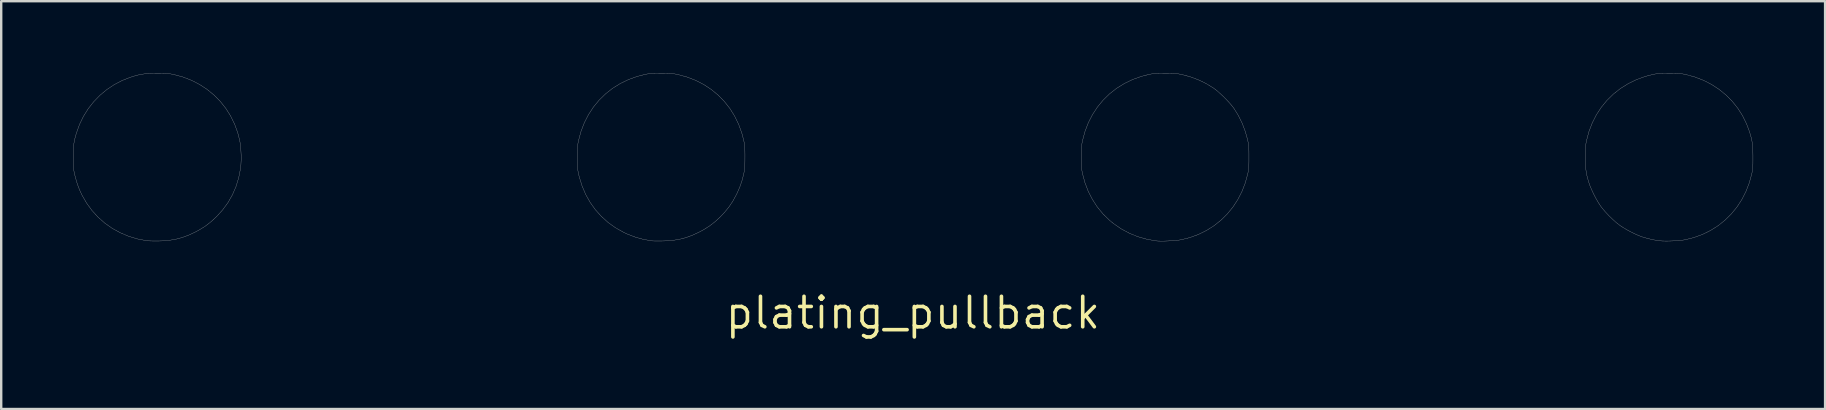
<source format=kicad_pcb>
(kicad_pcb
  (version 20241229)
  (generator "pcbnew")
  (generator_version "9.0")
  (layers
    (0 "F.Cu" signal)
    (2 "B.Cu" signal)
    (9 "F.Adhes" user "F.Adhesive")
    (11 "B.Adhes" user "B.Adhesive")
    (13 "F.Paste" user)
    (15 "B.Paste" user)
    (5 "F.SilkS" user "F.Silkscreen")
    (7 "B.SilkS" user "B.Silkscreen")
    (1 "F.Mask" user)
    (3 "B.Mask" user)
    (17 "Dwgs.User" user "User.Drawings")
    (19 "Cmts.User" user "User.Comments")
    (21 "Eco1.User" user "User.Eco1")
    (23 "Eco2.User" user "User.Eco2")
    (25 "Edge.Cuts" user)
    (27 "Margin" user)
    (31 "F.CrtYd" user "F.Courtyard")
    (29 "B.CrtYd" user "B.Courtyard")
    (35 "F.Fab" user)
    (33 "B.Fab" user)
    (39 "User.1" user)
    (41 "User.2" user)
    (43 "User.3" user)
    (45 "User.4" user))
  (footprint "plating_pullback"
    (layer "F.Cu")
    (at 34.982 9.984)
    (property "Reference" "plating_pullback" (at 0 0 0) (layer "F.SilkS") (effects (font (size 1.27 1.27) (thickness 0.15))))
    (attr through_hole)
    (fp_poly (pts (xy -31.323 -9.978) (xy -31.195 -9.976) (xy -31.093 -9.972) (xy -31.007 -9.966) (xy -30.931 -9.956) (xy -30.854 -9.942) (xy -30.797 -9.931) (xy -30.417 -9.828) (xy -30.058 -9.689) (xy -29.72 -9.516) (xy -29.406 -9.311) (xy -29.118 -9.076) (xy -28.858 -8.813) (xy -28.627 -8.522) (xy -28.427 -8.207) (xy -28.261 -7.869) (xy -28.129 -7.51) (xy -28.046 -7.186) (xy -28.017 -7.011) (xy -27.998 -6.808) (xy -27.987 -6.591) (xy -27.986 -6.374) (xy -27.995 -6.17) (xy -28.012 -6.011) (xy -28.088 -5.625) (xy -28.201 -5.259) (xy -28.351 -4.914) (xy -28.538 -4.588) (xy -28.763 -4.282) (xy -29.009 -4.011) (xy -29.236 -3.801) (xy -29.466 -3.622) (xy -29.712 -3.466) (xy -29.919 -3.355) (xy -30.192 -3.23) (xy -30.453 -3.135) (xy -30.714 -3.066) (xy -30.987 -3.021) (xy -31.282 -2.998) (xy -31.411 -2.994) (xy -31.544 -2.993) (xy -31.673 -2.994) (xy -31.788 -2.997) (xy -31.879 -3.002) (xy -31.919 -3.006) (xy -32.307 -3.08) (xy -32.677 -3.192) (xy -33.027 -3.339) (xy -33.357 -3.521) (xy -33.663 -3.736) (xy -33.943 -3.983) (xy -34.197 -4.261) (xy -34.421 -4.568) (xy -34.614 -4.902) (xy -34.624 -4.921) (xy -34.727 -5.146) (xy -34.812 -5.374) (xy -34.885 -5.62) (xy -34.917 -5.748) (xy -34.937 -5.834) (xy -34.951 -5.907) (xy -34.962 -5.977) (xy -34.969 -6.052) (xy -34.974 -6.139) (xy -34.976 -6.248) (xy -34.977 -6.387) (xy -34.977 -6.477) (xy -34.976 -6.663) (xy -34.973 -6.816) (xy -34.965 -6.946) (xy -34.952 -7.062) (xy -34.932 -7.175) (xy -34.904 -7.293) (xy -34.867 -7.427) (xy -34.847 -7.493) (xy -34.72 -7.849) (xy -34.556 -8.186) (xy -34.359 -8.502) (xy -34.129 -8.795) (xy -33.871 -9.062) (xy -33.586 -9.3) (xy -33.277 -9.506) (xy -32.946 -9.679) (xy -32.614 -9.81) (xy -32.443 -9.864) (xy -32.293 -9.906) (xy -32.151 -9.936) (xy -32.009 -9.957) (xy -31.854 -9.97) (xy -31.678 -9.977) (xy -31.485 -9.979) (xy -31.323 -9.978)) (stroke (width 0.01) (type solid)) (fill yes) (layer "F.Mask"))
    (fp_poly (pts (xy -10.326 -9.978) (xy -10.198 -9.976) (xy -10.095 -9.972) (xy -10.009 -9.966) (xy -9.932 -9.956) (xy -9.856 -9.942) (xy -9.8 -9.931) (xy -9.417 -9.827) (xy -9.056 -9.688) (xy -8.717 -9.515) (xy -8.403 -9.309) (xy -8.114 -9.072) (xy -7.854 -8.806) (xy -7.623 -8.512) (xy -7.424 -8.193) (xy -7.257 -7.849) (xy -7.125 -7.482) (xy -7.045 -7.176) (xy -7.029 -7.094) (xy -7.016 -7.019) (xy -7.008 -6.94) (xy -7.002 -6.85) (xy -6.999 -6.74) (xy -6.997 -6.602) (xy -6.997 -6.488) (xy -6.998 -6.325) (xy -7 -6.197) (xy -7.004 -6.094) (xy -7.01 -6.009) (xy -7.02 -5.932) (xy -7.034 -5.857) (xy -7.044 -5.807) (xy -7.114 -5.527) (xy -7.201 -5.269) (xy -7.311 -5.012) (xy -7.356 -4.921) (xy -7.502 -4.653) (xy -7.664 -4.411) (xy -7.849 -4.184) (xy -8.012 -4.011) (xy -8.238 -3.801) (xy -8.468 -3.623) (xy -8.715 -3.466) (xy -8.922 -3.355) (xy -9.195 -3.23) (xy -9.457 -3.134) (xy -9.719 -3.066) (xy -9.992 -3.021) (xy -10.287 -2.999) (xy -10.414 -2.995) (xy -10.541 -2.993) (xy -10.658 -2.993) (xy -10.756 -2.994) (xy -10.828 -2.996) (xy -10.858 -2.998) (xy -11.223 -3.06) (xy -11.57 -3.156) (xy -11.909 -3.288) (xy -12.054 -3.356) (xy -12.389 -3.544) (xy -12.696 -3.764) (xy -12.975 -4.015) (xy -13.225 -4.293) (xy -13.443 -4.598) (xy -13.629 -4.928) (xy -13.78 -5.28) (xy -13.897 -5.653) (xy -13.931 -5.8) (xy -13.948 -5.881) (xy -13.96 -5.957) (xy -13.969 -6.036) (xy -13.974 -6.126) (xy -13.977 -6.236) (xy -13.979 -6.375) (xy -13.979 -6.488) (xy -13.979 -6.65) (xy -13.977 -6.778) (xy -13.973 -6.88) (xy -13.966 -6.966) (xy -13.956 -7.042) (xy -13.943 -7.119) (xy -13.931 -7.176) (xy -13.827 -7.56) (xy -13.688 -7.922) (xy -13.514 -8.261) (xy -13.308 -8.576) (xy -13.071 -8.864) (xy -12.805 -9.124) (xy -12.511 -9.355) (xy -12.191 -9.554) (xy -11.847 -9.72) (xy -11.48 -9.852) (xy -11.176 -9.931) (xy -11.095 -9.947) (xy -11.019 -9.959) (xy -10.94 -9.968) (xy -10.85 -9.974) (xy -10.741 -9.977) (xy -10.603 -9.978) (xy -10.488 -9.979) (xy -10.326 -9.978)) (stroke (width 0.01) (type solid)) (fill yes) (layer "F.Mask"))
    (fp_poly (pts (xy 10.671 -9.978) (xy 10.799 -9.976) (xy 10.902 -9.972) (xy 10.987 -9.966) (xy 11.064 -9.956) (xy 11.141 -9.942) (xy 11.197 -9.931) (xy 11.547 -9.837) (xy 11.889 -9.71) (xy 12.213 -9.554) (xy 12.511 -9.373) (xy 12.545 -9.349) (xy 12.665 -9.257) (xy 12.8 -9.139) (xy 12.943 -9.005) (xy 13.082 -8.863) (xy 13.211 -8.723) (xy 13.32 -8.592) (xy 13.371 -8.524) (xy 13.555 -8.23) (xy 13.714 -7.909) (xy 13.844 -7.568) (xy 13.943 -7.219) (xy 13.952 -7.176) (xy 13.969 -7.094) (xy 13.981 -7.019) (xy 13.99 -6.94) (xy 13.995 -6.85) (xy 13.999 -6.74) (xy 14 -6.602) (xy 14 -6.488) (xy 14 -6.326) (xy 13.998 -6.198) (xy 13.994 -6.095) (xy 13.987 -6.009) (xy 13.977 -5.933) (xy 13.964 -5.856) (xy 13.952 -5.8) (xy 13.85 -5.42) (xy 13.711 -5.061) (xy 13.539 -4.724) (xy 13.334 -4.41) (xy 13.1 -4.123) (xy 12.837 -3.863) (xy 12.548 -3.633) (xy 12.234 -3.434) (xy 11.898 -3.268) (xy 11.541 -3.137) (xy 11.182 -3.047) (xy 11.079 -3.031) (xy 10.946 -3.016) (xy 10.795 -3.005) (xy 10.635 -2.996) (xy 10.478 -2.99) (xy 10.333 -2.989) (xy 10.212 -2.992) (xy 10.139 -2.998) (xy 9.746 -3.067) (xy 9.37 -3.174) (xy 9.013 -3.319) (xy 8.674 -3.502) (xy 8.356 -3.722) (xy 8.186 -3.861) (xy 7.919 -4.123) (xy 7.682 -4.412) (xy 7.477 -4.728) (xy 7.304 -5.067) (xy 7.167 -5.426) (xy 7.066 -5.8) (xy 7.05 -5.881) (xy 7.037 -5.957) (xy 7.029 -6.036) (xy 7.023 -6.126) (xy 7.02 -6.236) (xy 7.018 -6.375) (xy 7.018 -6.488) (xy 7.019 -6.65) (xy 7.021 -6.778) (xy 7.025 -6.88) (xy 7.031 -6.966) (xy 7.041 -7.042) (xy 7.055 -7.119) (xy 7.066 -7.176) (xy 7.17 -7.559) (xy 7.309 -7.922) (xy 7.483 -8.261) (xy 7.689 -8.575) (xy 7.926 -8.864) (xy 8.192 -9.124) (xy 8.486 -9.354) (xy 8.806 -9.553) (xy 9.15 -9.72) (xy 9.517 -9.852) (xy 9.821 -9.931) (xy 9.903 -9.947) (xy 9.978 -9.959) (xy 10.057 -9.968) (xy 10.147 -9.974) (xy 10.257 -9.977) (xy 10.395 -9.978) (xy 10.509 -9.979) (xy 10.671 -9.978)) (stroke (width 0.01) (type solid)) (fill yes) (layer "F.Mask"))
    (fp_poly (pts (xy 31.669 -9.978) (xy 31.797 -9.976) (xy 31.899 -9.972) (xy 31.985 -9.966) (xy 32.061 -9.956) (xy 32.138 -9.942) (xy 32.194 -9.931) (xy 32.572 -9.828) (xy 32.931 -9.69) (xy 33.268 -9.518) (xy 33.582 -9.314) (xy 33.871 -9.08) (xy 34.132 -8.817) (xy 34.364 -8.528) (xy 34.564 -8.214) (xy 34.73 -7.877) (xy 34.829 -7.616) (xy 34.882 -7.453) (xy 34.922 -7.311) (xy 34.952 -7.18) (xy 34.973 -7.049) (xy 34.987 -6.91) (xy 34.994 -6.751) (xy 34.997 -6.563) (xy 34.997 -6.498) (xy 34.997 -6.336) (xy 34.996 -6.207) (xy 34.992 -6.105) (xy 34.986 -6.02) (xy 34.977 -5.945) (xy 34.965 -5.872) (xy 34.95 -5.8) (xy 34.846 -5.419) (xy 34.707 -5.059) (xy 34.535 -4.721) (xy 34.33 -4.407) (xy 34.095 -4.12) (xy 33.832 -3.86) (xy 33.543 -3.63) (xy 33.229 -3.432) (xy 32.892 -3.266) (xy 32.534 -3.136) (xy 32.18 -3.047) (xy 32.054 -3.027) (xy 31.899 -3.011) (xy 31.727 -3) (xy 31.549 -2.993) (xy 31.377 -2.991) (xy 31.221 -2.994) (xy 31.093 -3.004) (xy 31.068 -3.007) (xy 30.893 -3.036) (xy 30.702 -3.077) (xy 30.517 -3.125) (xy 30.38 -3.166) (xy 30.24 -3.219) (xy 30.079 -3.291) (xy 29.907 -3.375) (xy 29.738 -3.466) (xy 29.583 -3.558) (xy 29.464 -3.636) (xy 29.317 -3.75) (xy 29.159 -3.89) (xy 28.999 -4.045) (xy 28.849 -4.206) (xy 28.718 -4.361) (xy 28.654 -4.445) (xy 28.557 -4.594) (xy 28.456 -4.768) (xy 28.359 -4.955) (xy 28.272 -5.141) (xy 28.201 -5.313) (xy 28.173 -5.394) (xy 28.121 -5.566) (xy 28.08 -5.72) (xy 28.051 -5.867) (xy 28.032 -6.018) (xy 28.021 -6.183) (xy 28.016 -6.373) (xy 28.015 -6.498) (xy 28.016 -6.66) (xy 28.019 -6.788) (xy 28.023 -6.892) (xy 28.031 -6.979) (xy 28.041 -7.058) (xy 28.056 -7.138) (xy 28.064 -7.176) (xy 28.166 -7.557) (xy 28.305 -7.918) (xy 28.477 -8.256) (xy 28.683 -8.569) (xy 28.919 -8.857) (xy 29.185 -9.117) (xy 29.479 -9.348) (xy 29.798 -9.548) (xy 30.142 -9.716) (xy 30.509 -9.849) (xy 30.822 -9.931) (xy 30.902 -9.947) (xy 30.977 -9.959) (xy 31.055 -9.968) (xy 31.145 -9.974) (xy 31.255 -9.977) (xy 31.393 -9.978) (xy 31.507 -9.979) (xy 31.669 -9.978)) (stroke (width 0.01) (type solid)) (fill yes) (layer "F.Mask"))
    (fp_poly (pts (xy -31.323 -9.978) (xy -31.195 -9.976) (xy -31.093 -9.972) (xy -31.007 -9.966) (xy -30.931 -9.956) (xy -30.854 -9.942) (xy -30.797 -9.931) (xy -30.417 -9.828) (xy -30.058 -9.689) (xy -29.72 -9.516) (xy -29.406 -9.311) (xy -29.118 -9.076) (xy -28.858 -8.813) (xy -28.627 -8.522) (xy -28.427 -8.207) (xy -28.261 -7.869) (xy -28.129 -7.51) (xy -28.046 -7.186) (xy -28.017 -7.011) (xy -27.998 -6.808) (xy -27.987 -6.591) (xy -27.986 -6.374) (xy -27.995 -6.17) (xy -28.012 -6.011) (xy -28.088 -5.625) (xy -28.201 -5.259) (xy -28.351 -4.914) (xy -28.538 -4.588) (xy -28.763 -4.282) (xy -29.009 -4.011) (xy -29.236 -3.801) (xy -29.466 -3.622) (xy -29.712 -3.466) (xy -29.919 -3.355) (xy -30.192 -3.23) (xy -30.453 -3.135) (xy -30.714 -3.066) (xy -30.987 -3.021) (xy -31.282 -2.998) (xy -31.411 -2.994) (xy -31.544 -2.993) (xy -31.673 -2.994) (xy -31.788 -2.997) (xy -31.879 -3.002) (xy -31.919 -3.006) (xy -32.307 -3.08) (xy -32.677 -3.192) (xy -33.027 -3.339) (xy -33.357 -3.521) (xy -33.663 -3.736) (xy -33.943 -3.983) (xy -34.197 -4.261) (xy -34.421 -4.568) (xy -34.614 -4.902) (xy -34.624 -4.921) (xy -34.727 -5.146) (xy -34.812 -5.374) (xy -34.885 -5.62) (xy -34.917 -5.748) (xy -34.937 -5.834) (xy -34.951 -5.907) (xy -34.962 -5.977) (xy -34.969 -6.052) (xy -34.974 -6.139) (xy -34.976 -6.248) (xy -34.977 -6.387) (xy -34.977 -6.477) (xy -34.976 -6.663) (xy -34.973 -6.816) (xy -34.965 -6.946) (xy -34.952 -7.062) (xy -34.932 -7.175) (xy -34.904 -7.293) (xy -34.867 -7.427) (xy -34.847 -7.493) (xy -34.72 -7.849) (xy -34.556 -8.186) (xy -34.359 -8.502) (xy -34.129 -8.795) (xy -33.871 -9.062) (xy -33.586 -9.3) (xy -33.277 -9.506) (xy -32.946 -9.679) (xy -32.614 -9.81) (xy -32.443 -9.864) (xy -32.293 -9.906) (xy -32.151 -9.936) (xy -32.009 -9.957) (xy -31.854 -9.97) (xy -31.678 -9.977) (xy -31.485 -9.979) (xy -31.323 -9.978)) (stroke (width 0.01) (type solid)) (fill no) (layer "Dwgs.User"))
    (fp_poly (pts (xy -10.326 -9.978) (xy -10.198 -9.976) (xy -10.095 -9.972) (xy -10.009 -9.966) (xy -9.932 -9.956) (xy -9.856 -9.942) (xy -9.8 -9.931) (xy -9.417 -9.827) (xy -9.056 -9.688) (xy -8.717 -9.515) (xy -8.403 -9.309) (xy -8.114 -9.072) (xy -7.854 -8.806) (xy -7.623 -8.512) (xy -7.424 -8.193) (xy -7.257 -7.849) (xy -7.125 -7.482) (xy -7.045 -7.176) (xy -7.029 -7.094) (xy -7.016 -7.019) (xy -7.008 -6.94) (xy -7.002 -6.85) (xy -6.999 -6.74) (xy -6.997 -6.602) (xy -6.997 -6.488) (xy -6.998 -6.325) (xy -7 -6.197) (xy -7.004 -6.094) (xy -7.01 -6.009) (xy -7.02 -5.932) (xy -7.034 -5.857) (xy -7.044 -5.807) (xy -7.114 -5.527) (xy -7.201 -5.269) (xy -7.311 -5.012) (xy -7.356 -4.921) (xy -7.502 -4.653) (xy -7.664 -4.411) (xy -7.849 -4.184) (xy -8.012 -4.011) (xy -8.238 -3.801) (xy -8.468 -3.623) (xy -8.715 -3.466) (xy -8.922 -3.355) (xy -9.195 -3.23) (xy -9.457 -3.134) (xy -9.719 -3.066) (xy -9.992 -3.021) (xy -10.287 -2.999) (xy -10.414 -2.995) (xy -10.541 -2.993) (xy -10.658 -2.993) (xy -10.756 -2.994) (xy -10.828 -2.996) (xy -10.858 -2.998) (xy -11.223 -3.06) (xy -11.57 -3.156) (xy -11.909 -3.288) (xy -12.054 -3.356) (xy -12.389 -3.544) (xy -12.696 -3.764) (xy -12.975 -4.015) (xy -13.225 -4.293) (xy -13.443 -4.598) (xy -13.629 -4.928) (xy -13.78 -5.28) (xy -13.897 -5.653) (xy -13.931 -5.8) (xy -13.948 -5.881) (xy -13.96 -5.957) (xy -13.969 -6.036) (xy -13.974 -6.126) (xy -13.977 -6.236) (xy -13.979 -6.375) (xy -13.979 -6.488) (xy -13.979 -6.65) (xy -13.977 -6.778) (xy -13.973 -6.88) (xy -13.966 -6.966) (xy -13.956 -7.042) (xy -13.943 -7.119) (xy -13.931 -7.176) (xy -13.827 -7.56) (xy -13.688 -7.922) (xy -13.514 -8.261) (xy -13.308 -8.576) (xy -13.071 -8.864) (xy -12.805 -9.124) (xy -12.511 -9.355) (xy -12.191 -9.554) (xy -11.847 -9.72) (xy -11.48 -9.852) (xy -11.176 -9.931) (xy -11.095 -9.947) (xy -11.019 -9.959) (xy -10.94 -9.968) (xy -10.85 -9.974) (xy -10.741 -9.977) (xy -10.603 -9.978) (xy -10.488 -9.979) (xy -10.326 -9.978)) (stroke (width 0.01) (type solid)) (fill no) (layer "Dwgs.User"))
    (fp_poly (pts (xy 10.671 -9.978) (xy 10.799 -9.976) (xy 10.902 -9.972) (xy 10.987 -9.966) (xy 11.064 -9.956) (xy 11.141 -9.942) (xy 11.197 -9.931) (xy 11.547 -9.837) (xy 11.889 -9.71) (xy 12.213 -9.554) (xy 12.511 -9.373) (xy 12.545 -9.349) (xy 12.665 -9.257) (xy 12.8 -9.139) (xy 12.943 -9.005) (xy 13.082 -8.863) (xy 13.211 -8.723) (xy 13.32 -8.592) (xy 13.371 -8.524) (xy 13.555 -8.23) (xy 13.714 -7.909) (xy 13.844 -7.568) (xy 13.943 -7.219) (xy 13.952 -7.176) (xy 13.969 -7.094) (xy 13.981 -7.019) (xy 13.99 -6.94) (xy 13.995 -6.85) (xy 13.999 -6.74) (xy 14 -6.602) (xy 14 -6.488) (xy 14 -6.326) (xy 13.998 -6.198) (xy 13.994 -6.095) (xy 13.987 -6.009) (xy 13.977 -5.933) (xy 13.964 -5.856) (xy 13.952 -5.8) (xy 13.85 -5.42) (xy 13.711 -5.061) (xy 13.539 -4.724) (xy 13.334 -4.41) (xy 13.1 -4.123) (xy 12.837 -3.863) (xy 12.548 -3.633) (xy 12.234 -3.434) (xy 11.898 -3.268) (xy 11.541 -3.137) (xy 11.182 -3.047) (xy 11.079 -3.031) (xy 10.946 -3.016) (xy 10.795 -3.005) (xy 10.635 -2.996) (xy 10.478 -2.99) (xy 10.333 -2.989) (xy 10.212 -2.992) (xy 10.139 -2.998) (xy 9.746 -3.067) (xy 9.37 -3.174) (xy 9.013 -3.319) (xy 8.674 -3.502) (xy 8.356 -3.722) (xy 8.186 -3.861) (xy 7.919 -4.123) (xy 7.682 -4.412) (xy 7.477 -4.728) (xy 7.304 -5.067) (xy 7.167 -5.426) (xy 7.066 -5.8) (xy 7.05 -5.881) (xy 7.037 -5.957) (xy 7.029 -6.036) (xy 7.023 -6.126) (xy 7.02 -6.236) (xy 7.018 -6.375) (xy 7.018 -6.488) (xy 7.019 -6.65) (xy 7.021 -6.778) (xy 7.025 -6.88) (xy 7.031 -6.966) (xy 7.041 -7.042) (xy 7.055 -7.119) (xy 7.066 -7.176) (xy 7.17 -7.559) (xy 7.309 -7.922) (xy 7.483 -8.261) (xy 7.689 -8.575) (xy 7.926 -8.864) (xy 8.192 -9.124) (xy 8.486 -9.354) (xy 8.806 -9.553) (xy 9.15 -9.72) (xy 9.517 -9.852) (xy 9.821 -9.931) (xy 9.903 -9.947) (xy 9.978 -9.959) (xy 10.057 -9.968) (xy 10.147 -9.974) (xy 10.257 -9.977) (xy 10.395 -9.978) (xy 10.509 -9.979) (xy 10.671 -9.978)) (stroke (width 0.01) (type solid)) (fill no) (layer "Dwgs.User"))
    (fp_poly (pts (xy 31.669 -9.978) (xy 31.797 -9.976) (xy 31.899 -9.972) (xy 31.985 -9.966) (xy 32.061 -9.956) (xy 32.138 -9.942) (xy 32.194 -9.931) (xy 32.572 -9.828) (xy 32.931 -9.69) (xy 33.268 -9.518) (xy 33.582 -9.314) (xy 33.871 -9.08) (xy 34.132 -8.817) (xy 34.364 -8.528) (xy 34.564 -8.214) (xy 34.73 -7.877) (xy 34.829 -7.616) (xy 34.882 -7.453) (xy 34.922 -7.311) (xy 34.952 -7.18) (xy 34.973 -7.049) (xy 34.987 -6.91) (xy 34.994 -6.751) (xy 34.997 -6.563) (xy 34.997 -6.498) (xy 34.997 -6.336) (xy 34.996 -6.207) (xy 34.992 -6.105) (xy 34.986 -6.02) (xy 34.977 -5.945) (xy 34.965 -5.872) (xy 34.95 -5.8) (xy 34.846 -5.419) (xy 34.707 -5.059) (xy 34.535 -4.721) (xy 34.33 -4.407) (xy 34.095 -4.12) (xy 33.832 -3.86) (xy 33.543 -3.63) (xy 33.229 -3.432) (xy 32.892 -3.266) (xy 32.534 -3.136) (xy 32.18 -3.047) (xy 32.054 -3.027) (xy 31.899 -3.011) (xy 31.727 -3) (xy 31.549 -2.993) (xy 31.377 -2.991) (xy 31.221 -2.994) (xy 31.093 -3.004) (xy 31.068 -3.007) (xy 30.893 -3.036) (xy 30.702 -3.077) (xy 30.517 -3.125) (xy 30.38 -3.166) (xy 30.24 -3.219) (xy 30.079 -3.291) (xy 29.907 -3.375) (xy 29.738 -3.466) (xy 29.583 -3.558) (xy 29.464 -3.636) (xy 29.317 -3.75) (xy 29.159 -3.89) (xy 28.999 -4.045) (xy 28.849 -4.206) (xy 28.718 -4.361) (xy 28.654 -4.445) (xy 28.557 -4.594) (xy 28.456 -4.768) (xy 28.359 -4.955) (xy 28.272 -5.141) (xy 28.201 -5.313) (xy 28.173 -5.394) (xy 28.121 -5.566) (xy 28.08 -5.72) (xy 28.051 -5.867) (xy 28.032 -6.018) (xy 28.021 -6.183) (xy 28.016 -6.373) (xy 28.015 -6.498) (xy 28.016 -6.66) (xy 28.019 -6.788) (xy 28.023 -6.892) (xy 28.031 -6.979) (xy 28.041 -7.058) (xy 28.056 -7.138) (xy 28.064 -7.176) (xy 28.166 -7.557) (xy 28.305 -7.918) (xy 28.477 -8.256) (xy 28.683 -8.569) (xy 28.919 -8.857) (xy 29.185 -9.117) (xy 29.479 -9.348) (xy 29.798 -9.548) (xy 30.142 -9.716) (xy 30.509 -9.849) (xy 30.822 -9.931) (xy 30.902 -9.947) (xy 30.977 -9.959) (xy 31.055 -9.968) (xy 31.145 -9.974) (xy 31.255 -9.977) (xy 31.393 -9.978) (xy 31.507 -9.979) (xy 31.669 -9.978)) (stroke (width 0.01) (type solid)) (fill no) (layer "Dwgs.User")))
  (gr_rect
    (start -3 -3)
    (end 72.985 13.99)
    (stroke (width 0.1) (type default))
    (fill no)
    (layer "Edge.Cuts")))
</source>
